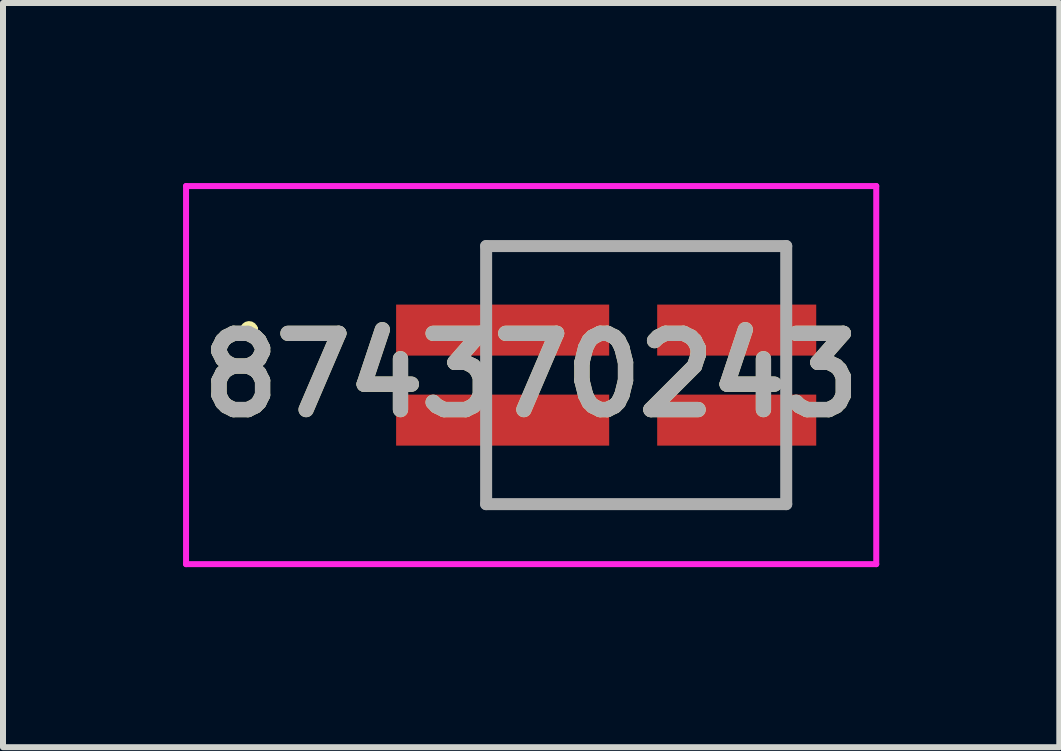
<source format=kicad_pcb>
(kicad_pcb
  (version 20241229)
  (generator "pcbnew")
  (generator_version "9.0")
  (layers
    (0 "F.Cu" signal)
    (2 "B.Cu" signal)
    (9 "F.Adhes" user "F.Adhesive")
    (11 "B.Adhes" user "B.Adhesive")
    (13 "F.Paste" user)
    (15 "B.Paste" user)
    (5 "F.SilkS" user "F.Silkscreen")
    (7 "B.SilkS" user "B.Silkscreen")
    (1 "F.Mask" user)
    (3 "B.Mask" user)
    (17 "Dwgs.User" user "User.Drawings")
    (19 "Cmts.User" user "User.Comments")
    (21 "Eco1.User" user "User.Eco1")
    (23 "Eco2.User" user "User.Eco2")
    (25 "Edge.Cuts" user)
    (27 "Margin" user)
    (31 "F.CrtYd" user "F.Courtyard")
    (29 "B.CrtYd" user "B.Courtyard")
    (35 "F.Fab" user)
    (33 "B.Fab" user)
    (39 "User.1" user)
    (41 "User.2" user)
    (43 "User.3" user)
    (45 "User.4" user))
  (footprint "874370243"
    (layer "F.Cu")
    (at 7.55 3.2)
    (property "Reference" "874370243" (at -1.75 0 0) (layer "F.SilkS") (effects (font (size 1.27 1.27) (thickness 0.254))))
    (attr smd)
    (fp_line (start -6.5 -0.75) (end -6.5 -0.75) (stroke (width 0.2) (type solid)) (layer "F.SilkS"))
    (fp_line (start -6.5 -0.75) (end -6.5 -0.75) (stroke (width 0.2) (type solid)) (layer "F.SilkS"))
    (fp_line (start -6.4 -0.75) (end -6.4 -0.75) (stroke (width 0.2) (type solid)) (layer "F.SilkS"))
    (fp_line (start -2.5 -2.15) (end -2.5 -2.15) (stroke (width 0.1) (type solid)) (layer "F.SilkS"))
    (fp_line (start -2.5 -2.15) (end 2.5 -2.15) (stroke (width 0.1) (type solid)) (layer "F.SilkS"))
    (fp_line (start -2.5 2.15) (end -2.5 2.15) (stroke (width 0.1) (type solid)) (layer "F.SilkS"))
    (fp_line (start -2.5 2.15) (end 2.5 2.15) (stroke (width 0.1) (type solid)) (layer "F.SilkS"))
    (fp_line (start 2.5 -2.15) (end -2.5 -2.15) (stroke (width 0.1) (type solid)) (layer "F.SilkS"))
    (fp_line (start 2.5 -2.15) (end 2.5 -2.15) (stroke (width 0.1) (type solid)) (layer "F.SilkS"))
    (fp_line (start 2.5 2.15) (end -2.5 2.15) (stroke (width 0.1) (type solid)) (layer "F.SilkS"))
    (fp_line (start 2.5 2.15) (end 2.5 2.15) (stroke (width 0.1) (type solid)) (layer "F.SilkS"))
    (fp_arc (start -6.5 -0.75) (mid -6.45 -0.8) (end -6.4 -0.75) (stroke (width 0.2) (type solid)) (layer "F.SilkS"))
    (fp_arc (start -6.4 -0.75) (mid -6.45 -0.7) (end -6.5 -0.75) (stroke (width 0.2) (type solid)) (layer "F.SilkS"))
    (fp_arc (start -6.4 -0.75) (mid -6.45 -0.7) (end -6.5 -0.75) (stroke (width 0.2) (type solid)) (layer "F.SilkS"))
    (fp_line (start -7.5 -3.15) (end 4 -3.15) (stroke (width 0.1) (type solid)) (layer "F.CrtYd"))
    (fp_line (start -7.5 3.15) (end -7.5 -3.15) (stroke (width 0.1) (type solid)) (layer "F.CrtYd"))
    (fp_line (start 4 -3.15) (end 4 3.15) (stroke (width 0.1) (type solid)) (layer "F.CrtYd"))
    (fp_line (start 4 3.15) (end -7.5 3.15) (stroke (width 0.1) (type solid)) (layer "F.CrtYd"))
    (fp_line (start -2.5 -2.15) (end -2.5 2.15) (stroke (width 0.2) (type solid)) (layer "F.Fab"))
    (fp_line (start -2.5 2.15) (end 2.5 2.15) (stroke (width 0.2) (type solid)) (layer "F.Fab"))
    (fp_line (start 2.5 -2.15) (end -2.5 -2.15) (stroke (width 0.2) (type solid)) (layer "F.Fab"))
    (fp_line (start 2.5 2.15) (end 2.5 -2.15) (stroke (width 0.2) (type solid)) (layer "F.Fab"))
    (fp_text user "${REFERENCE}" (at -1.75 0 0) (layer "F.Fab") (effects (font (size 1.27 1.27) (thickness 0.254))))
    (pad "1" smd rect (at -2.225 -0.75 90) (size 0.85 3.55) (layers "F.Cu" "F.Mask" "F.Paste"))
    (pad "2" smd rect (at -2.225 0.75 90) (size 0.85 3.55) (layers "F.Cu" "F.Mask" "F.Paste"))
    (pad "3" smd rect (at 1.675 -0.75 90) (size 0.85 2.65) (layers "F.Cu" "F.Mask" "F.Paste"))
    (pad "4" smd rect (at 1.675 0.75 90) (size 0.85 2.65) (layers "F.Cu" "F.Mask" "F.Paste")))
  (gr_rect
    (start -3 -3)
    (end 14.6 9.4)
    (stroke (width 0.1) (type default))
    (fill no)
    (layer "Edge.Cuts")))
</source>
